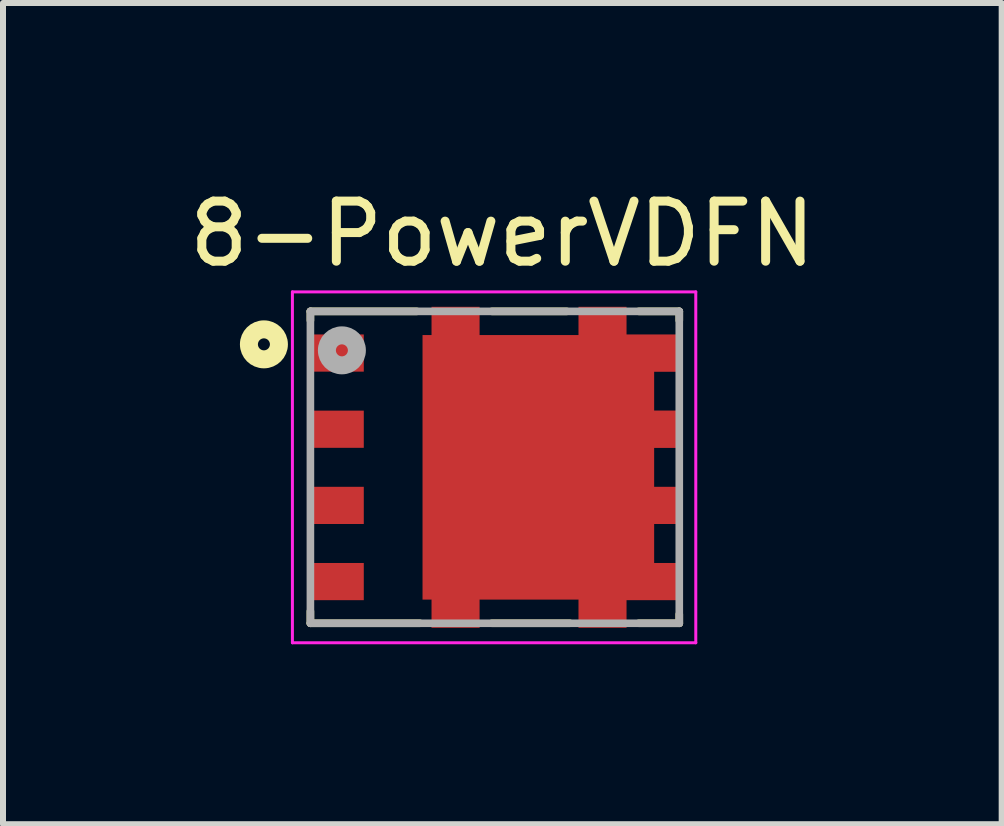
<source format=kicad_pcb>
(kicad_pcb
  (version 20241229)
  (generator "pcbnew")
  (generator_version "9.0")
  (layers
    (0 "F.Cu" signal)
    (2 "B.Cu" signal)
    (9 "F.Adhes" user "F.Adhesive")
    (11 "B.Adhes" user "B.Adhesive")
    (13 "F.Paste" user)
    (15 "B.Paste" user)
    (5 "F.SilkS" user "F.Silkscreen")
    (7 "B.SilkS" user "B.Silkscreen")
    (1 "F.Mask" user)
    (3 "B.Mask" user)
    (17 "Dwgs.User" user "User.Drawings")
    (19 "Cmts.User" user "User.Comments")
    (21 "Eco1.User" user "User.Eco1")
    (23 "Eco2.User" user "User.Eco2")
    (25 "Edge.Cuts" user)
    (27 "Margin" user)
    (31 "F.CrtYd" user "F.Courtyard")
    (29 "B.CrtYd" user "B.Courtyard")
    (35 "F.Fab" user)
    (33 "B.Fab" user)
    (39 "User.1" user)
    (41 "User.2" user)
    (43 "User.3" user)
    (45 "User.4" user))
  (footprint "8-PowerVDFN"
    (layer "F.Cu")
    (at 5.2 4.741)
    (property "Reference" "8-PowerVDFN" (at 0.125 -3.892 0) (layer "F.SilkS") (effects (font (size 1.002 1.002) (thickness 0.15))))
    (attr through_hole)
    (fp_poly (pts (xy 3.12 -2.205) (xy 3.12 -1.6) (xy 2.655 -1.6) (xy 2.655 -0.94) (xy 3.12 -0.94) (xy 3.12 -0.33) (xy 2.655 -0.33) (xy 2.655 0.33) (xy 3.12 0.33) (xy 3.12 0.94) (xy 2.655 0.94) (xy 2.655 1.6) (xy 3.12 1.6) (xy 3.12 2.205) (xy 2.195 2.205) (xy 2.195 2.675) (xy 1.395 2.675) (xy 1.395 2.205) (xy -0.255 2.205) (xy -0.255 2.675) (xy -1.055 2.675) (xy -1.055 2.205) (xy -1.205 2.205) (xy -1.205 -2.205) (xy -1.055 -2.205) (xy -1.055 -2.675) (xy -0.255 -2.675) (xy -0.255 -2.205) (xy 1.395 -2.205) (xy 1.395 -2.675) (xy 2.195 -2.675) (xy 2.195 -2.205)) (stroke (width 0.001) (type solid)) (fill yes) (layer "F.Cu"))
    (fp_poly (pts (xy -1.302 -2.3) (xy 2.75 -2.3) (xy 2.75 2.303) (xy -1.302 2.303)) (stroke (width 0.01) (type solid)) (fill yes) (layer "F.Mask"))
    (fp_poly (pts (xy -1.101 -2.75) (xy -0.2 -2.75) (xy -0.2 -2.253) (xy -1.101 -2.253)) (stroke (width 0.01) (type solid)) (fill yes) (layer "F.Mask"))
    (fp_poly (pts (xy -1.101 2.25) (xy -0.2 2.25) (xy -0.2 2.752) (xy -1.101 2.752)) (stroke (width 0.01) (type solid)) (fill yes) (layer "F.Mask"))
    (fp_poly (pts (xy 1.35 -2.75) (xy 2.25 -2.75) (xy 2.25 -2.251) (xy 1.35 -2.251)) (stroke (width 0.01) (type solid)) (fill yes) (layer "F.Mask"))
    (fp_poly (pts (xy 1.351 2.25) (xy 2.25 2.25) (xy 2.25 2.752) (xy 1.351 2.752)) (stroke (width 0.01) (type solid)) (fill yes) (layer "F.Mask"))
    (fp_line (start -3.075 -2.6) (end -3.075 -2.45) (stroke (width 0.127) (type solid)) (layer "F.SilkS"))
    (fp_line (start -3.075 -2.6) (end -1.3 -2.6) (stroke (width 0.127) (type solid)) (layer "F.SilkS"))
    (fp_line (start -3.075 2.4) (end -3.075 2.6) (stroke (width 0.127) (type solid)) (layer "F.SilkS"))
    (fp_line (start -3.075 2.6) (end -1.25 2.6) (stroke (width 0.127) (type solid)) (layer "F.SilkS"))
    (fp_line (start -0.05 -2.6) (end 1.2 -2.6) (stroke (width 0.127) (type solid)) (layer "F.SilkS"))
    (fp_line (start 1.25 2.6) (end -0.05 2.6) (stroke (width 0.127) (type solid)) (layer "F.SilkS"))
    (fp_line (start 2.4 -2.6) (end 3.075 -2.6) (stroke (width 0.127) (type solid)) (layer "F.SilkS"))
    (fp_line (start 3.075 -2.6) (end 3.075 -2.45) (stroke (width 0.127) (type solid)) (layer "F.SilkS"))
    (fp_line (start 3.075 2.45) (end 3.075 2.6) (stroke (width 0.127) (type solid)) (layer "F.SilkS"))
    (fp_line (start 3.075 2.6) (end 2.4 2.6) (stroke (width 0.127) (type solid)) (layer "F.SilkS"))
    (fp_circle (center -3.85 -2.05) (end -3.75 -2.05) (stroke (width 0.3) (type solid)) (fill no) (layer "F.SilkS"))
    (fp_poly (pts (xy -0.701 -1.55) (xy 1.7 -1.55) (xy 1.7 1.552) (xy -0.701 1.552)) (stroke (width 0.01) (type solid)) (fill yes) (layer "F.Paste"))
    (fp_line (start -3.375 -2.925) (end 3.35 -2.925) (stroke (width 0.05) (type solid)) (layer "F.CrtYd"))
    (fp_line (start -3.375 2.925) (end -3.375 -2.925) (stroke (width 0.05) (type solid)) (layer "F.CrtYd"))
    (fp_line (start 3.35 -2.925) (end 3.35 2.925) (stroke (width 0.05) (type solid)) (layer "F.CrtYd"))
    (fp_line (start 3.35 2.925) (end -3.375 2.925) (stroke (width 0.05) (type solid)) (layer "F.CrtYd"))
    (fp_line (start -3.075 -2.6) (end 3.075 -2.6) (stroke (width 0.127) (type solid)) (layer "F.Fab"))
    (fp_line (start -3.075 2.6) (end -3.075 -2.6) (stroke (width 0.127) (type solid)) (layer "F.Fab"))
    (fp_line (start 3.075 -2.6) (end 3.075 2.6) (stroke (width 0.127) (type solid)) (layer "F.Fab"))
    (fp_line (start 3.075 2.6) (end -3.075 2.6) (stroke (width 0.127) (type solid)) (layer "F.Fab"))
    (fp_circle (center -2.55 -1.95) (end -2.45 -1.95) (stroke (width 0.3) (type solid)) (fill no) (layer "F.Fab"))
    (pad "1" smd rect (at -2.655 -1.905) (size 0.94 0.62) (layers "F.Cu" "F.Mask" "F.Paste"))
    (pad "1" smd rect (at -2.655 -0.635) (size 0.94 0.62) (layers "F.Cu" "F.Mask" "F.Paste"))
    (pad "1" smd rect (at -2.655 0.635) (size 0.94 0.62) (layers "F.Cu" "F.Mask" "F.Paste"))
    (pad "2" smd rect (at -2.655 1.905) (size 0.94 0.62) (layers "F.Cu" "F.Mask" "F.Paste"))
    (pad "3" smd rect (at 2.655 -1.905) (size 0.94 0.62) (layers "F.Cu" "F.Mask" "F.Paste"))
    (pad "3" smd rect (at 2.655 -0.635) (size 0.94 0.62) (layers "F.Cu" "F.Mask" "F.Paste"))
    (pad "3" smd rect (at 2.655 0.635) (size 0.94 0.62) (layers "F.Cu" "F.Mask" "F.Paste"))
    (pad "3" smd rect (at 2.655 1.905) (size 0.94 0.62) (layers "F.Cu" "F.Mask" "F.Paste")))
  (gr_rect
    (start -3 -3)
    (end 13.65 10.691)
    (stroke (width 0.1) (type default))
    (fill no)
    (layer "Edge.Cuts")))
</source>
